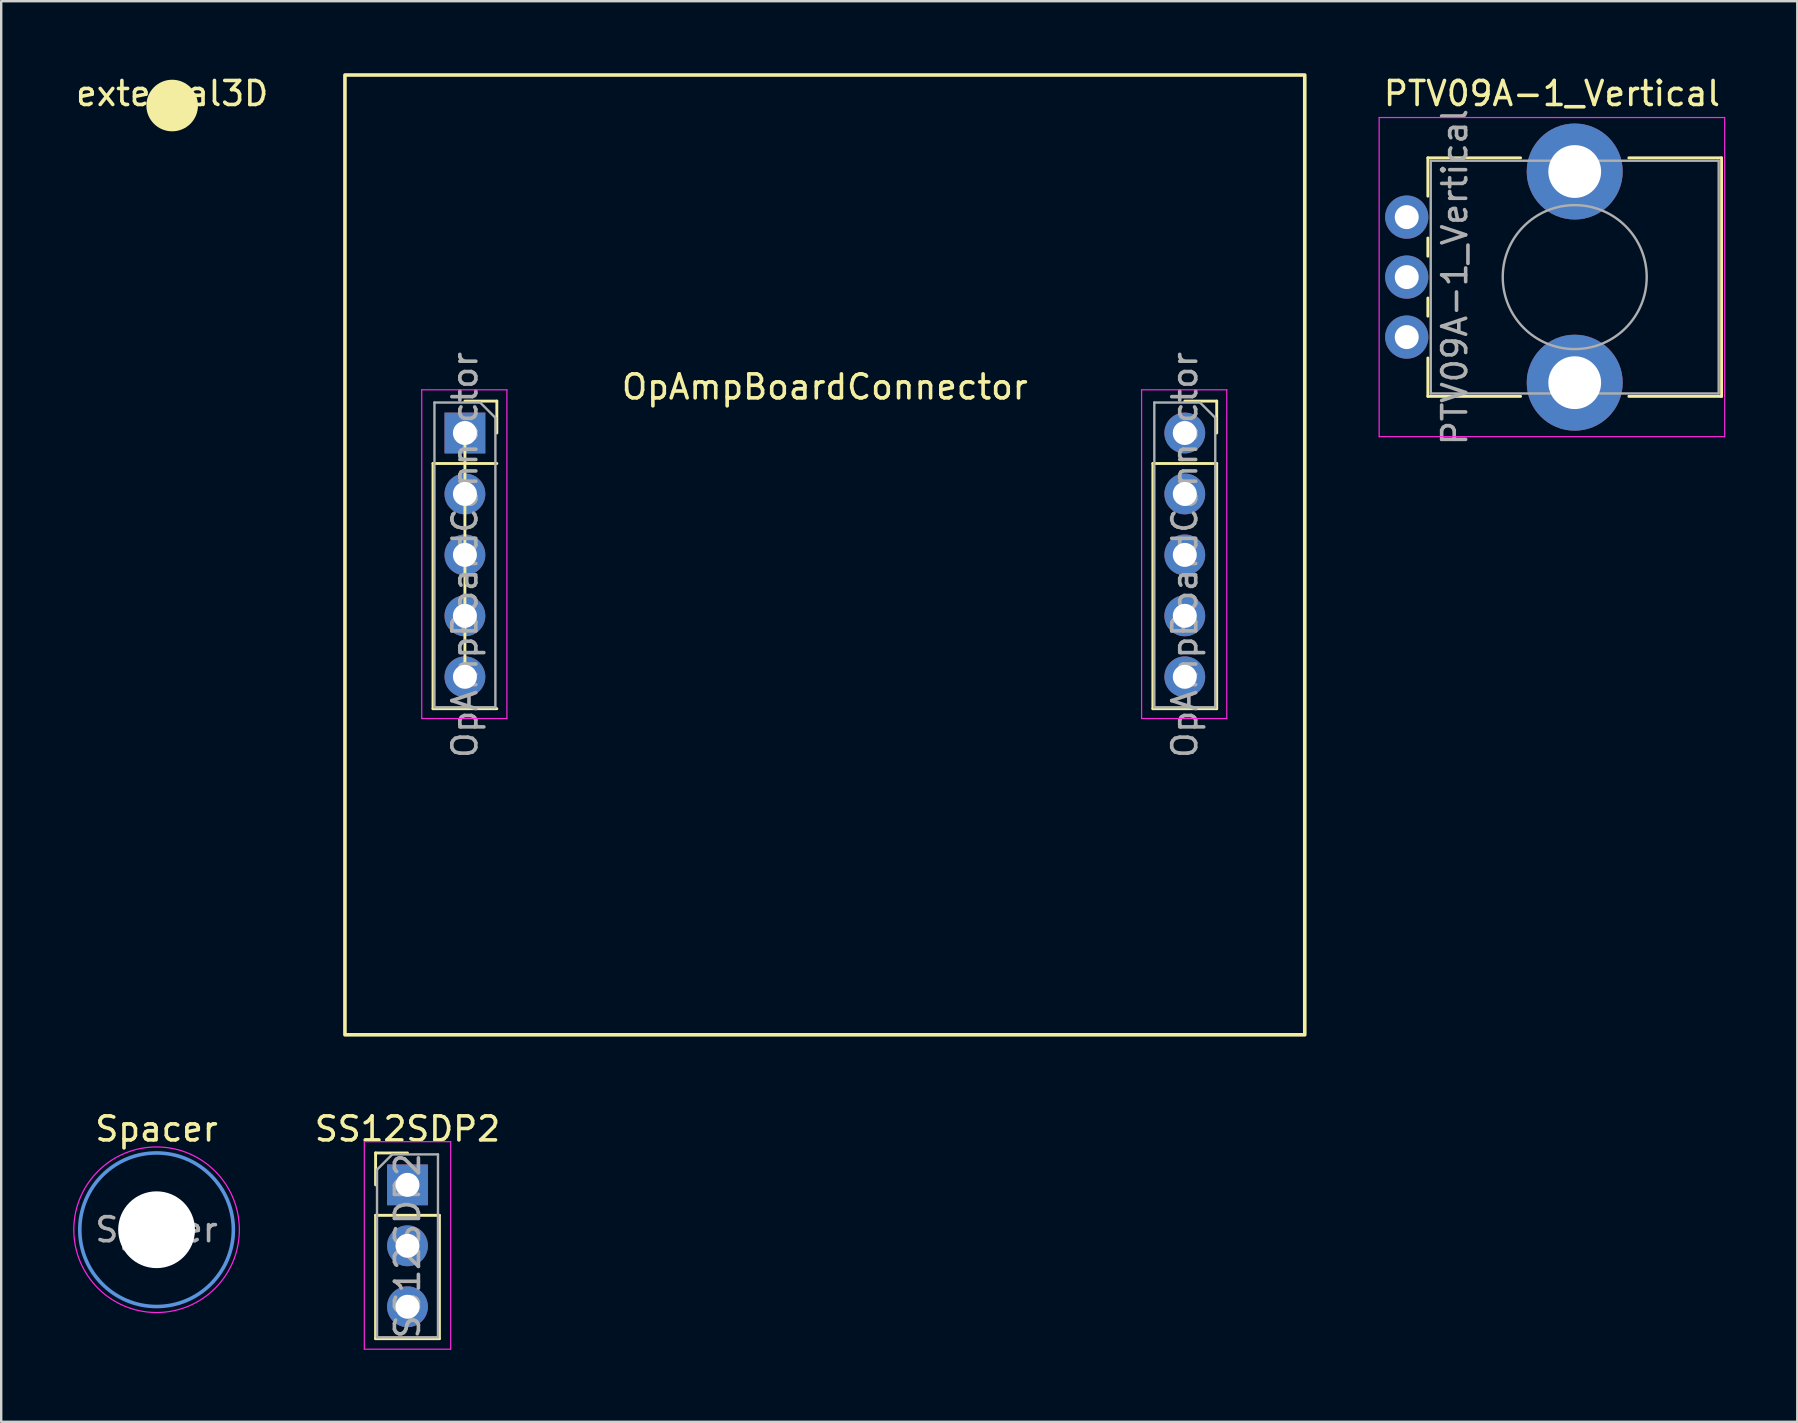
<source format=kicad_pcb>
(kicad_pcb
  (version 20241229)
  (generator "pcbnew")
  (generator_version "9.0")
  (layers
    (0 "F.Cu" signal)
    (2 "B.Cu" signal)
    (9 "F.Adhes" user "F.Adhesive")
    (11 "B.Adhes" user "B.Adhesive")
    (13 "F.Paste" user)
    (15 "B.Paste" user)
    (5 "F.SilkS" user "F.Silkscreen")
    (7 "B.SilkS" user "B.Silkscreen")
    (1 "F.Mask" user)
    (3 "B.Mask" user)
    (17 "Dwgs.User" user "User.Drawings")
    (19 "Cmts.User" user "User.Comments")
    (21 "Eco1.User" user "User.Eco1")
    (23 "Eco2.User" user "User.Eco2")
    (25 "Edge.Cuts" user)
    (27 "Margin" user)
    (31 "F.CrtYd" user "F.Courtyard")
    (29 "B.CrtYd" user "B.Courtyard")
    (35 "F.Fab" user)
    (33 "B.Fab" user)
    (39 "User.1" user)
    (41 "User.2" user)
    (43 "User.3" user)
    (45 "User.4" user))
  (footprint "SS12SDP2"
    (layer "F.Cu")
    (at 13.932 46.328)
    (property "Reference" "SS12SDP2" (at 0 -2.33 0) (layer "F.SilkS") (effects (font (size 1 1) (thickness 0.15))))
    (attr through_hole)
    (fp_line (start -1.33 -1.33) (end 0 -1.33) (stroke (width 0.12) (type solid)) (layer "F.SilkS"))
    (fp_line (start -1.33 0) (end -1.33 -1.33) (stroke (width 0.12) (type solid)) (layer "F.SilkS"))
    (fp_line (start -1.33 1.27) (end -1.33 6.41) (stroke (width 0.12) (type solid)) (layer "F.SilkS"))
    (fp_line (start -1.33 1.27) (end 1.33 1.27) (stroke (width 0.12) (type solid)) (layer "F.SilkS"))
    (fp_line (start -1.33 6.41) (end 1.33 6.41) (stroke (width 0.12) (type solid)) (layer "F.SilkS"))
    (fp_line (start 1.33 1.27) (end 1.33 6.41) (stroke (width 0.12) (type solid)) (layer "F.SilkS"))
    (fp_line (start -1.8 -1.8) (end -1.8 6.85) (stroke (width 0.05) (type solid)) (layer "F.CrtYd"))
    (fp_line (start -1.8 6.85) (end 1.8 6.85) (stroke (width 0.05) (type solid)) (layer "F.CrtYd"))
    (fp_line (start 1.8 -1.8) (end -1.8 -1.8) (stroke (width 0.05) (type solid)) (layer "F.CrtYd"))
    (fp_line (start 1.8 6.85) (end 1.8 -1.8) (stroke (width 0.05) (type solid)) (layer "F.CrtYd"))
    (fp_line (start -1.27 -0.635) (end -0.635 -1.27) (stroke (width 0.1) (type solid)) (layer "F.Fab"))
    (fp_line (start -1.27 6.35) (end -1.27 -0.635) (stroke (width 0.1) (type solid)) (layer "F.Fab"))
    (fp_line (start -0.635 -1.27) (end 1.27 -1.27) (stroke (width 0.1) (type solid)) (layer "F.Fab"))
    (fp_line (start 1.27 -1.27) (end 1.27 6.35) (stroke (width 0.1) (type solid)) (layer "F.Fab"))
    (fp_line (start 1.27 6.35) (end -1.27 6.35) (stroke (width 0.1) (type solid)) (layer "F.Fab"))
    (fp_text user "${REFERENCE}" (at 0 2.54 90) (layer "F.Fab") (effects (font (size 1 1) (thickness 0.15))))
    (pad "1" thru_hole rect (at 0 0) (size 1.7 1.7) (drill 1) (layers "*.Cu" "*.Mask"))
    (pad "2" thru_hole oval (at 0 2.54) (size 1.7 1.7) (drill 1) (layers "*.Cu" "*.Mask"))
    (pad "3" thru_hole oval (at 0 5.08) (size 1.7 1.7) (drill 1) (layers "*.Cu" "*.Mask")))
  (footprint "PTV09A-1_Vertical"
    (layer "F.Cu")
    (at 55.575 10.998)
    (property "Reference" "PTV09A-1_Vertical" (at 6.05 -10.15 0) (layer "F.SilkS") (effects (font (size 1 1) (thickness 0.15))))
    (attr through_hole)
    (fp_line (start 0.88 -7.47) (end 0.88 -5.871) (stroke (width 0.12) (type solid)) (layer "F.SilkS"))
    (fp_line (start 0.88 -7.47) (end 4.745 -7.47) (stroke (width 0.12) (type solid)) (layer "F.SilkS"))
    (fp_line (start 0.88 -4.129) (end 0.88 -3.37) (stroke (width 0.12) (type solid)) (layer "F.SilkS"))
    (fp_line (start 0.88 -1.629) (end 0.88 -0.87) (stroke (width 0.12) (type solid)) (layer "F.SilkS"))
    (fp_line (start 0.88 0.87) (end 0.88 2.47) (stroke (width 0.12) (type solid)) (layer "F.SilkS"))
    (fp_line (start 0.88 2.47) (end 4.745 2.47) (stroke (width 0.12) (type solid)) (layer "F.SilkS"))
    (fp_line (start 9.255 -7.47) (end 13.12 -7.47) (stroke (width 0.12) (type solid)) (layer "F.SilkS"))
    (fp_line (start 9.255 2.47) (end 13.12 2.47) (stroke (width 0.12) (type solid)) (layer "F.SilkS"))
    (fp_line (start 13.12 -7.47) (end 13.12 2.47) (stroke (width 0.12) (type solid)) (layer "F.SilkS"))
    (fp_line (start -1.15 -9.15) (end -1.15 4.15) (stroke (width 0.05) (type solid)) (layer "F.CrtYd"))
    (fp_line (start -1.15 4.15) (end 13.25 4.15) (stroke (width 0.05) (type solid)) (layer "F.CrtYd"))
    (fp_line (start 13.25 -9.15) (end -1.15 -9.15) (stroke (width 0.05) (type solid)) (layer "F.CrtYd"))
    (fp_line (start 13.25 4.15) (end 13.25 -9.15) (stroke (width 0.05) (type solid)) (layer "F.CrtYd"))
    (fp_line (start 1 -7.35) (end 1 2.35) (stroke (width 0.1) (type solid)) (layer "F.Fab"))
    (fp_line (start 1 2.35) (end 13 2.35) (stroke (width 0.1) (type solid)) (layer "F.Fab"))
    (fp_line (start 13 -7.35) (end 1 -7.35) (stroke (width 0.1) (type solid)) (layer "F.Fab"))
    (fp_line (start 13 2.35) (end 13 -7.35) (stroke (width 0.1) (type solid)) (layer "F.Fab"))
    (fp_circle (center 7 -2.5) (end 10 -2.5) (stroke (width 0.1) (type solid)) (fill no) (layer "F.Fab"))
    (fp_text user "${REFERENCE}" (at 2 -2.5 90) (layer "F.Fab") (effects (font (size 1 1) (thickness 0.15))))
    (pad "" np_thru_hole circle (at 7 -6.9) (size 4 4) (drill 2.2) (layers "*.Cu" "*.Mask"))
    (pad "" np_thru_hole circle (at 7 1.9) (size 4 4) (drill 2.2) (layers "*.Cu" "*.Mask"))
    (pad "1" thru_hole circle (at 0 0) (size 1.8 1.8) (drill 1) (layers "*.Cu" "*.Mask"))
    (pad "2" thru_hole circle (at 0 -2.5) (size 1.8 1.8) (drill 1) (layers "*.Cu" "*.Mask"))
    (pad "3" thru_hole circle (at 0 -5) (size 1.8 1.8) (drill 1) (layers "*.Cu" "*.Mask")))
  (footprint "external3D"
    (layer "F.Cu")
    (at 4.125 1.348)
    (property "Reference" "external3D" (at 0 -0.5 0) (unlocked yes) (layer "F.SilkS") (effects (font (size 1 1) (thickness 0.15))))
    (fp_circle (center 0 0) (end 1 0) (stroke (width 0.15) (type solid)) (fill yes) (layer "F.SilkS")))
  (footprint "OpAmpBoardConnector"
    (layer "F.Cu")
    (at 31.325 20.075)
    (property "Reference" "OpAmpBoardConnector" (at 0 -7 0) (layer "F.SilkS") (effects (font (size 1 1) (thickness 0.15))))
    (attr through_hole)
    (fp_line (start -16.33 -3.81) (end -16.33 6.41) (stroke (width 0.12) (type solid)) (layer "F.SilkS"))
    (fp_line (start -16.33 -3.81) (end -13.67 -3.81) (stroke (width 0.12) (type solid)) (layer "F.SilkS"))
    (fp_line (start -16.33 6.41) (end -13.67 6.41) (stroke (width 0.12) (type solid)) (layer "F.SilkS"))
    (fp_line (start -15 -6.41) (end -13.67 -6.41) (stroke (width 0.12) (type solid)) (layer "F.SilkS"))
    (fp_line (start -15 -5.3) (end -15 4.92) (stroke (width 0.12) (type solid)) (layer "F.SilkS"))
    (fp_line (start -13.67 -6.41) (end -13.67 -5.08) (stroke (width 0.12) (type solid)) (layer "F.SilkS"))
    (fp_line (start 13.67 -3.81) (end 13.67 6.41) (stroke (width 0.12) (type solid)) (layer "F.SilkS"))
    (fp_line (start 13.67 -3.81) (end 16.33 -3.81) (stroke (width 0.12) (type solid)) (layer "F.SilkS"))
    (fp_line (start 13.67 6.41) (end 16.33 6.41) (stroke (width 0.12) (type solid)) (layer "F.SilkS"))
    (fp_line (start 15 -6.41) (end 16.33 -6.41) (stroke (width 0.12) (type solid)) (layer "F.SilkS"))
    (fp_line (start 16.33 -6.41) (end 16.33 -5.08) (stroke (width 0.12) (type solid)) (layer "F.SilkS"))
    (fp_line (start 16.33 -3.81) (end 16.33 6.41) (stroke (width 0.12) (type solid)) (layer "F.SilkS"))
    (fp_rect (start -20 -20) (end 20 20) (stroke (width 0.15) (type default)) (fill no) (layer "F.SilkS"))
    (fp_line (start -16.8 -6.88) (end -13.25 -6.88) (stroke (width 0.05) (type solid)) (layer "F.CrtYd"))
    (fp_line (start -16.8 6.82) (end -16.8 -6.88) (stroke (width 0.05) (type solid)) (layer "F.CrtYd"))
    (fp_line (start -13.25 -6.88) (end -13.25 6.82) (stroke (width 0.05) (type solid)) (layer "F.CrtYd"))
    (fp_line (start -13.25 6.82) (end -16.8 6.82) (stroke (width 0.05) (type solid)) (layer "F.CrtYd"))
    (fp_line (start 13.2 -6.88) (end 16.75 -6.88) (stroke (width 0.05) (type solid)) (layer "F.CrtYd"))
    (fp_line (start 13.2 6.82) (end 13.2 -6.88) (stroke (width 0.05) (type solid)) (layer "F.CrtYd"))
    (fp_line (start 16.75 -6.88) (end 16.75 6.82) (stroke (width 0.05) (type solid)) (layer "F.CrtYd"))
    (fp_line (start 16.75 6.82) (end 13.2 6.82) (stroke (width 0.05) (type solid)) (layer "F.CrtYd"))
    (fp_line (start -16.27 -6.35) (end -14.365 -6.35) (stroke (width 0.1) (type solid)) (layer "F.Fab"))
    (fp_line (start -16.27 6.35) (end -16.27 -6.35) (stroke (width 0.1) (type solid)) (layer "F.Fab"))
    (fp_line (start -14.365 -6.35) (end -13.73 -5.715) (stroke (width 0.1) (type solid)) (layer "F.Fab"))
    (fp_line (start -13.73 -5.715) (end -13.73 6.35) (stroke (width 0.1) (type solid)) (layer "F.Fab"))
    (fp_line (start -13.73 6.35) (end -16.27 6.35) (stroke (width 0.1) (type solid)) (layer "F.Fab"))
    (fp_line (start 13.73 -6.35) (end 15.635 -6.35) (stroke (width 0.1) (type solid)) (layer "F.Fab"))
    (fp_line (start 13.73 6.35) (end 13.73 -6.35) (stroke (width 0.1) (type solid)) (layer "F.Fab"))
    (fp_line (start 15.635 -6.35) (end 16.27 -5.715) (stroke (width 0.1) (type solid)) (layer "F.Fab"))
    (fp_line (start 16.27 -5.715) (end 16.27 6.35) (stroke (width 0.1) (type solid)) (layer "F.Fab"))
    (fp_line (start 16.27 6.35) (end 13.73 6.35) (stroke (width 0.1) (type solid)) (layer "F.Fab"))
    (fp_text user "${REFERENCE}" (at 15 0 90) (layer "F.Fab") (effects (font (size 1 1) (thickness 0.15))))
    (fp_text user "${REFERENCE}" (at -15 0 90) (layer "F.Fab") (effects (font (size 1 1) (thickness 0.15))))
    (pad "1" thru_hole rect (at -15 -5.08) (size 1.7 1.7) (drill 1) (layers "*.Cu" "*.Mask"))
    (pad "2" thru_hole oval (at -15 -2.54) (size 1.7 1.7) (drill 1) (layers "*.Cu" "*.Mask"))
    (pad "3" thru_hole oval (at -15 0) (size 1.7 1.7) (drill 1) (layers "*.Cu" "*.Mask"))
    (pad "4" thru_hole oval (at -15 2.54) (size 1.7 1.7) (drill 1) (layers "*.Cu" "*.Mask"))
    (pad "5" thru_hole oval (at -15 5.08) (size 1.7 1.7) (drill 1) (layers "*.Cu" "*.Mask"))
    (pad "6" thru_hole oval (at 15 -5.08) (size 1.7 1.7) (drill 1) (layers "*.Cu" "*.Mask"))
    (pad "7" thru_hole oval (at 15 -2.54) (size 1.7 1.7) (drill 1) (layers "*.Cu" "*.Mask"))
    (pad "8" thru_hole oval (at 15 0) (size 1.7 1.7) (drill 1) (layers "*.Cu" "*.Mask"))
    (pad "9" thru_hole oval (at 15 2.54) (size 1.7 1.7) (drill 1) (layers "*.Cu" "*.Mask"))
    (pad "10" thru_hole oval (at 15 5.08) (size 1.7 1.7) (drill 1) (layers "*.Cu" "*.Mask")))
  (footprint "Spacer"
    (layer "F.Cu")
    (at 3.475 48.198)
    (property "Reference" "Spacer" (at 0 -4.2 0) (layer "F.SilkS") (effects (font (size 1 1) (thickness 0.15))))
    (attr exclude_from_pos_files exclude_from_bom)
    (fp_circle (center 0 0) (end 3.2 0) (stroke (width 0.15) (type solid)) (fill no) (layer "Cmts.User"))
    (fp_circle (center 0 0) (end 3.45 0) (stroke (width 0.05) (type solid)) (fill no) (layer "F.CrtYd"))
    (fp_text user "${REFERENCE}" (at 0 0 0) (layer "F.Fab") (effects (font (size 1 1) (thickness 0.15))))
    (pad "" np_thru_hole circle (at 0 0) (size 3.2 3.2) (drill 3.2) (layers "*.Cu" "*.Mask")))
  (gr_rect
    (start -3 -3)
    (end 71.85 56.203)
    (stroke (width 0.1) (type default))
    (fill no)
    (layer "Edge.Cuts")))
</source>
